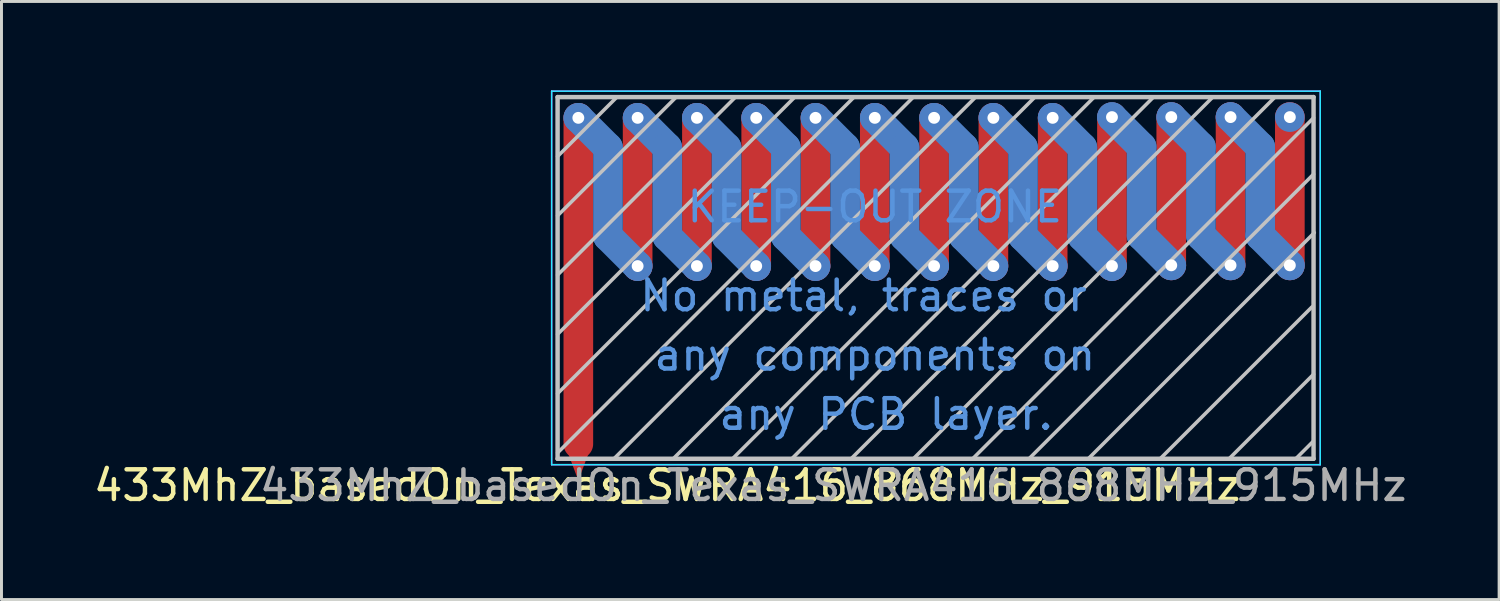
<source format=kicad_pcb>
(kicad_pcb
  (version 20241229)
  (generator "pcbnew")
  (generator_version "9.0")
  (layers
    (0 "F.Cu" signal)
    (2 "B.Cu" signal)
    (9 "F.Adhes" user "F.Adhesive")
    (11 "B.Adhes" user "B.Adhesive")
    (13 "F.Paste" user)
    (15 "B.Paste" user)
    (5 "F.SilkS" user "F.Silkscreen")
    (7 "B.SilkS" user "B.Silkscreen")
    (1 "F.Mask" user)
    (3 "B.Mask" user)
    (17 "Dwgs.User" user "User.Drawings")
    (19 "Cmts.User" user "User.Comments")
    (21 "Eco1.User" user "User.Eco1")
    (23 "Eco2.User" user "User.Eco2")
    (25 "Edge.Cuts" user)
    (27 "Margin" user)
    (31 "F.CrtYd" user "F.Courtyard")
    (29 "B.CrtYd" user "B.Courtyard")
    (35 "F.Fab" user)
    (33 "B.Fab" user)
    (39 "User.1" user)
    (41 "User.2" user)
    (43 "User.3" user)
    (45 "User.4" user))
  (footprint "433MhZ_basedOn_Texas_SWRA416_868MHz_915MHz"
    (layer "F.Cu")
    (at 25.458 6.725)
    (property "Reference" "433MhZ_basedOn_Texas_SWRA416_868MHz_915MHz" (at -6 6.6 0) (layer "F.SilkS") (effects (font (size 1 1) (thickness 0.15))))
    (attr smd)
    (fp_line (start -9 5.2) (end -9 -5.8) (stroke (width 1) (type solid)) (layer "F.Cu"))
    (fp_line (start -7 -5.8) (end -7 -0.8) (stroke (width 1) (type solid)) (layer "F.Cu"))
    (fp_line (start -5 -5.8) (end -5 -0.8) (stroke (width 1) (type solid)) (layer "F.Cu"))
    (fp_line (start -3 -5.8) (end -3 -0.8) (stroke (width 1) (type solid)) (layer "F.Cu"))
    (fp_line (start -1 -5.8) (end -1 -0.8) (stroke (width 1) (type solid)) (layer "F.Cu"))
    (fp_line (start 1 -5.8) (end 1 -0.8) (stroke (width 1) (type solid)) (layer "F.Cu"))
    (fp_line (start 3 -5.8) (end 3 -0.8) (stroke (width 1) (type solid)) (layer "F.Cu"))
    (fp_line (start 5 -5.8) (end 5 -0.8) (stroke (width 1) (type solid)) (layer "F.Cu"))
    (fp_line (start 7 -5.8) (end 7 -0.8) (stroke (width 1) (type solid)) (layer "F.Cu"))
    (fp_line (start 9 -5.8) (end 9 -0.8) (stroke (width 1) (type solid)) (layer "F.Cu"))
    (fp_line (start 11 -5.825) (end 11 -0.825) (stroke (width 1) (type solid)) (layer "F.Cu"))
    (fp_line (start 13 -5.825) (end 13 -0.825) (stroke (width 1) (type solid)) (layer "F.Cu"))
    (fp_line (start 15 -5.825) (end 15 -0.825) (stroke (width 1) (type solid)) (layer "F.Cu"))
    (fp_line (start -9 -5.8) (end -8 -4.8) (stroke (width 1) (type solid)) (layer "B.Cu"))
    (fp_line (start -8 -4.8) (end -8 -1.8) (stroke (width 1) (type solid)) (layer "B.Cu"))
    (fp_line (start -8 -1.8) (end -7 -0.8) (stroke (width 1) (type solid)) (layer "B.Cu"))
    (fp_line (start -7 -5.8) (end -6 -4.8) (stroke (width 1) (type solid)) (layer "B.Cu"))
    (fp_line (start -6 -4.8) (end -6 -1.8) (stroke (width 1) (type solid)) (layer "B.Cu"))
    (fp_line (start -6 -1.8) (end -5 -0.8) (stroke (width 1) (type solid)) (layer "B.Cu"))
    (fp_line (start -5 -5.8) (end -4 -4.8) (stroke (width 1) (type solid)) (layer "B.Cu"))
    (fp_line (start -4 -4.8) (end -4 -1.8) (stroke (width 1) (type solid)) (layer "B.Cu"))
    (fp_line (start -4 -1.8) (end -3 -0.8) (stroke (width 1) (type solid)) (layer "B.Cu"))
    (fp_line (start -3 -5.8) (end -2 -4.8) (stroke (width 1) (type solid)) (layer "B.Cu"))
    (fp_line (start -2 -4.8) (end -2 -1.8) (stroke (width 1) (type solid)) (layer "B.Cu"))
    (fp_line (start -2 -1.8) (end -1 -0.8) (stroke (width 1) (type solid)) (layer "B.Cu"))
    (fp_line (start -1 -5.8) (end 0 -4.8) (stroke (width 1) (type solid)) (layer "B.Cu"))
    (fp_line (start 0 -4.8) (end 0 -1.8) (stroke (width 1) (type solid)) (layer "B.Cu"))
    (fp_line (start 0 -1.8) (end 1 -0.8) (stroke (width 1) (type solid)) (layer "B.Cu"))
    (fp_line (start 1 -5.8) (end 2 -4.8) (stroke (width 1) (type solid)) (layer "B.Cu"))
    (fp_line (start 2 -4.8) (end 2 -1.8) (stroke (width 1) (type solid)) (layer "B.Cu"))
    (fp_line (start 2 -1.8) (end 3 -0.8) (stroke (width 1) (type solid)) (layer "B.Cu"))
    (fp_line (start 3 -5.8) (end 4 -4.8) (stroke (width 1) (type solid)) (layer "B.Cu"))
    (fp_line (start 4 -4.8) (end 4 -1.8) (stroke (width 1) (type solid)) (layer "B.Cu"))
    (fp_line (start 4 -1.8) (end 5 -0.8) (stroke (width 1) (type solid)) (layer "B.Cu"))
    (fp_line (start 5 -5.8) (end 6 -4.8) (stroke (width 1) (type solid)) (layer "B.Cu"))
    (fp_line (start 6 -4.8) (end 6 -1.8) (stroke (width 1) (type solid)) (layer "B.Cu"))
    (fp_line (start 6 -1.8) (end 7 -0.8) (stroke (width 1) (type solid)) (layer "B.Cu"))
    (fp_line (start 7 -5.8) (end 8 -4.8) (stroke (width 1) (type solid)) (layer "B.Cu"))
    (fp_line (start 8 -4.8) (end 8 -1.8) (stroke (width 1) (type solid)) (layer "B.Cu"))
    (fp_line (start 8 -1.8) (end 9 -0.8) (stroke (width 1) (type solid)) (layer "B.Cu"))
    (fp_line (start 9 -5.825) (end 10 -4.825) (stroke (width 1) (type solid)) (layer "B.Cu"))
    (fp_line (start 10 -4.825) (end 10 -1.825) (stroke (width 1) (type solid)) (layer "B.Cu"))
    (fp_line (start 10 -1.825) (end 11 -0.825) (stroke (width 1) (type solid)) (layer "B.Cu"))
    (fp_line (start 11 -5.825) (end 12 -4.825) (stroke (width 1) (type solid)) (layer "B.Cu"))
    (fp_line (start 12 -4.825) (end 12 -1.825) (stroke (width 1) (type solid)) (layer "B.Cu"))
    (fp_line (start 12 -1.825) (end 13 -0.825) (stroke (width 1) (type solid)) (layer "B.Cu"))
    (fp_line (start 13 -5.825) (end 14 -4.825) (stroke (width 1) (type solid)) (layer "B.Cu"))
    (fp_line (start 14 -4.825) (end 14 -1.825) (stroke (width 1) (type solid)) (layer "B.Cu"))
    (fp_line (start 14 -1.825) (end 15 -0.825) (stroke (width 1) (type solid)) (layer "B.Cu"))
    (fp_line (start -9.7 -6.5) (end -9.7 5.7) (stroke (width 0.15) (type solid)) (layer "Dwgs.User"))
    (fp_line (start -9.7 -4.5) (end -7.7 -6.5) (stroke (width 0.12) (type solid)) (layer "Dwgs.User"))
    (fp_line (start -9.7 -2.5) (end -5.7 -6.5) (stroke (width 0.12) (type solid)) (layer "Dwgs.User"))
    (fp_line (start -9.7 -0.5) (end -3.7 -6.5) (stroke (width 0.12) (type solid)) (layer "Dwgs.User"))
    (fp_line (start -9.7 1.5) (end -1.7 -6.5) (stroke (width 0.12) (type solid)) (layer "Dwgs.User"))
    (fp_line (start -9.7 3.5) (end 0.3 -6.5) (stroke (width 0.12) (type solid)) (layer "Dwgs.User"))
    (fp_line (start -9.7 5.5) (end 2.3 -6.5) (stroke (width 0.12) (type solid)) (layer "Dwgs.User"))
    (fp_line (start -9.7 5.7) (end 15.8 5.7) (stroke (width 0.15) (type solid)) (layer "Dwgs.User"))
    (fp_line (start 4.375 -6.475) (end -7.8 5.7) (stroke (width 0.12) (type solid)) (layer "Dwgs.User"))
    (fp_line (start 6.375 -6.475) (end -5.8 5.7) (stroke (width 0.12) (type solid)) (layer "Dwgs.User"))
    (fp_line (start 8.375 -6.475) (end -3.8 5.7) (stroke (width 0.12) (type solid)) (layer "Dwgs.User"))
    (fp_line (start 10.375 -6.475) (end -1.8 5.7) (stroke (width 0.12) (type solid)) (layer "Dwgs.User"))
    (fp_line (start 10.65 5.675) (end 15.75 0.575) (stroke (width 0.12) (type solid)) (layer "Dwgs.User"))
    (fp_line (start 12.375 -6.475) (end 0.2 5.7) (stroke (width 0.12) (type solid)) (layer "Dwgs.User"))
    (fp_line (start 12.975 5.675) (end 15.8 2.85) (stroke (width 0.12) (type solid)) (layer "Dwgs.User"))
    (fp_line (start 14.475 -6.475) (end 2.3 5.7) (stroke (width 0.12) (type solid)) (layer "Dwgs.User"))
    (fp_line (start 15.225 5.675) (end 15.775 5.125) (stroke (width 0.12) (type solid)) (layer "Dwgs.User"))
    (fp_line (start 15.8 -6.5) (end -9.7 -6.5) (stroke (width 0.15) (type solid)) (layer "Dwgs.User"))
    (fp_line (start 15.8 -5.8) (end 4.3 5.7) (stroke (width 0.12) (type solid)) (layer "Dwgs.User"))
    (fp_line (start 15.8 -3.9) (end 6.2 5.7) (stroke (width 0.12) (type solid)) (layer "Dwgs.User"))
    (fp_line (start 15.8 5.7) (end 15.8 -6.5) (stroke (width 0.15) (type solid)) (layer "Dwgs.User"))
    (fp_line (start 15.825 -1.925) (end 8.2 5.7) (stroke (width 0.12) (type solid)) (layer "Dwgs.User"))
    (fp_line (start -9.9 -6.7) (end -9.9 5.9) (stroke (width 0.05) (type solid)) (layer "B.CrtYd"))
    (fp_line (start -9.9 5.9) (end 16.025 5.9) (stroke (width 0.05) (type solid)) (layer "B.CrtYd"))
    (fp_line (start 16.025 -6.7) (end -9.9 -6.7) (stroke (width 0.05) (type solid)) (layer "B.CrtYd"))
    (fp_line (start 16.025 5.9) (end 16.025 -6.7) (stroke (width 0.05) (type solid)) (layer "B.CrtYd"))
    (fp_line (start -9.9 -6.7) (end -9.9 5.9) (stroke (width 0.05) (type solid)) (layer "F.CrtYd"))
    (fp_line (start -9.9 5.9) (end 16.025 5.9) (stroke (width 0.05) (type solid)) (layer "F.CrtYd"))
    (fp_line (start 16.025 -6.7) (end -9.9 -6.7) (stroke (width 0.05) (type solid)) (layer "F.CrtYd"))
    (fp_line (start 16.025 5.9) (end 16.025 -6.7) (stroke (width 0.05) (type solid)) (layer "F.CrtYd"))
    (fp_text user " any PCB layer." (at 1 4.2 0) (layer "Cmts.User") (effects (font (size 1 1) (thickness 0.15))))
    (fp_text user "KEEP-OUT ZONE" (at 1 -2.8 0) (layer "Cmts.User") (effects (font (size 1 1) (thickness 0.15))))
    (fp_text user "No metal, traces or " (at 1 0.2 0) (layer "Cmts.User") (effects (font (size 1 1) (thickness 0.15))))
    (fp_text user "any components on" (at 1 2.2 0) (layer "Cmts.User") (effects (font (size 1 1) (thickness 0.15))))
    (fp_text user "${REFERENCE}" (at -0.4 6.6 0) (layer "F.Fab") (effects (font (size 1 1) (thickness 0.15))))
    (pad "" thru_hole circle (at -9 -5.8 180) (size 1 1) (drill 0.4) (layers "*.Cu"))
    (pad "" thru_hole circle (at -7 -5.8 180) (size 1 1) (drill 0.4) (layers "*.Cu"))
    (pad "" thru_hole circle (at -7 -0.8 180) (size 1 1) (drill 0.4) (layers "*.Cu"))
    (pad "" thru_hole circle (at -5 -5.8 180) (size 1 1) (drill 0.4) (layers "*.Cu"))
    (pad "" thru_hole circle (at -5 -0.8 180) (size 1 1) (drill 0.4) (layers "*.Cu"))
    (pad "" thru_hole circle (at -3 -5.8 180) (size 1 1) (drill 0.4) (layers "*.Cu"))
    (pad "" thru_hole circle (at -3 -0.8 180) (size 1 1) (drill 0.4) (layers "*.Cu"))
    (pad "" thru_hole circle (at -1 -5.8 180) (size 1 1) (drill 0.4) (layers "*.Cu"))
    (pad "" thru_hole circle (at -1 -0.8 180) (size 1 1) (drill 0.4) (layers "*.Cu"))
    (pad "" thru_hole circle (at 1 -5.8 180) (size 1 1) (drill 0.4) (layers "*.Cu"))
    (pad "" thru_hole circle (at 1 -0.8 180) (size 1 1) (drill 0.4) (layers "*.Cu"))
    (pad "" thru_hole circle (at 3 -5.8 180) (size 1 1) (drill 0.4) (layers "*.Cu"))
    (pad "" thru_hole circle (at 3 -0.8 180) (size 1 1) (drill 0.4) (layers "*.Cu"))
    (pad "" thru_hole circle (at 5 -5.8 180) (size 1 1) (drill 0.4) (layers "*.Cu"))
    (pad "" thru_hole circle (at 5 -0.8 180) (size 1 1) (drill 0.4) (layers "*.Cu"))
    (pad "" thru_hole circle (at 7 -5.8 180) (size 1 1) (drill 0.4) (layers "*.Cu"))
    (pad "" thru_hole circle (at 7 -0.8 180) (size 1 1) (drill 0.4) (layers "*.Cu"))
    (pad "" thru_hole circle (at 9 -5.825 180) (size 1 1) (drill 0.4) (layers "*.Cu"))
    (pad "" thru_hole circle (at 9 -0.8 180) (size 1 1) (drill 0.4) (layers "*.Cu"))
    (pad "" thru_hole circle (at 11 -5.825 180) (size 1 1) (drill 0.4) (layers "*.Cu"))
    (pad "" thru_hole circle (at 11 -0.825 180) (size 1 1) (drill 0.4) (layers "*.Cu"))
    (pad "" thru_hole circle (at 13 -5.825 180) (size 1 1) (drill 0.4) (layers "*.Cu"))
    (pad "" thru_hole circle (at 13 -0.825 180) (size 1 1) (drill 0.4) (layers "*.Cu"))
    (pad "" thru_hole circle (at 15 -5.825 180) (size 1 1) (drill 0.4) (layers "*.Cu"))
    (pad "" thru_hole circle (at 15 -0.825 180) (size 1 1) (drill 0.4) (layers "*.Cu"))
    (pad "1" smd trapezoid (at -9 5.9 180) (size 0.4 0.8) (rect_delta 0 0.3) (layers "F.Cu")))
  (gr_rect
    (start -3 -3)
    (end 47.517 17.173)
    (stroke (width 0.1) (type default))
    (fill no)
    (layer "Edge.Cuts")))
</source>
